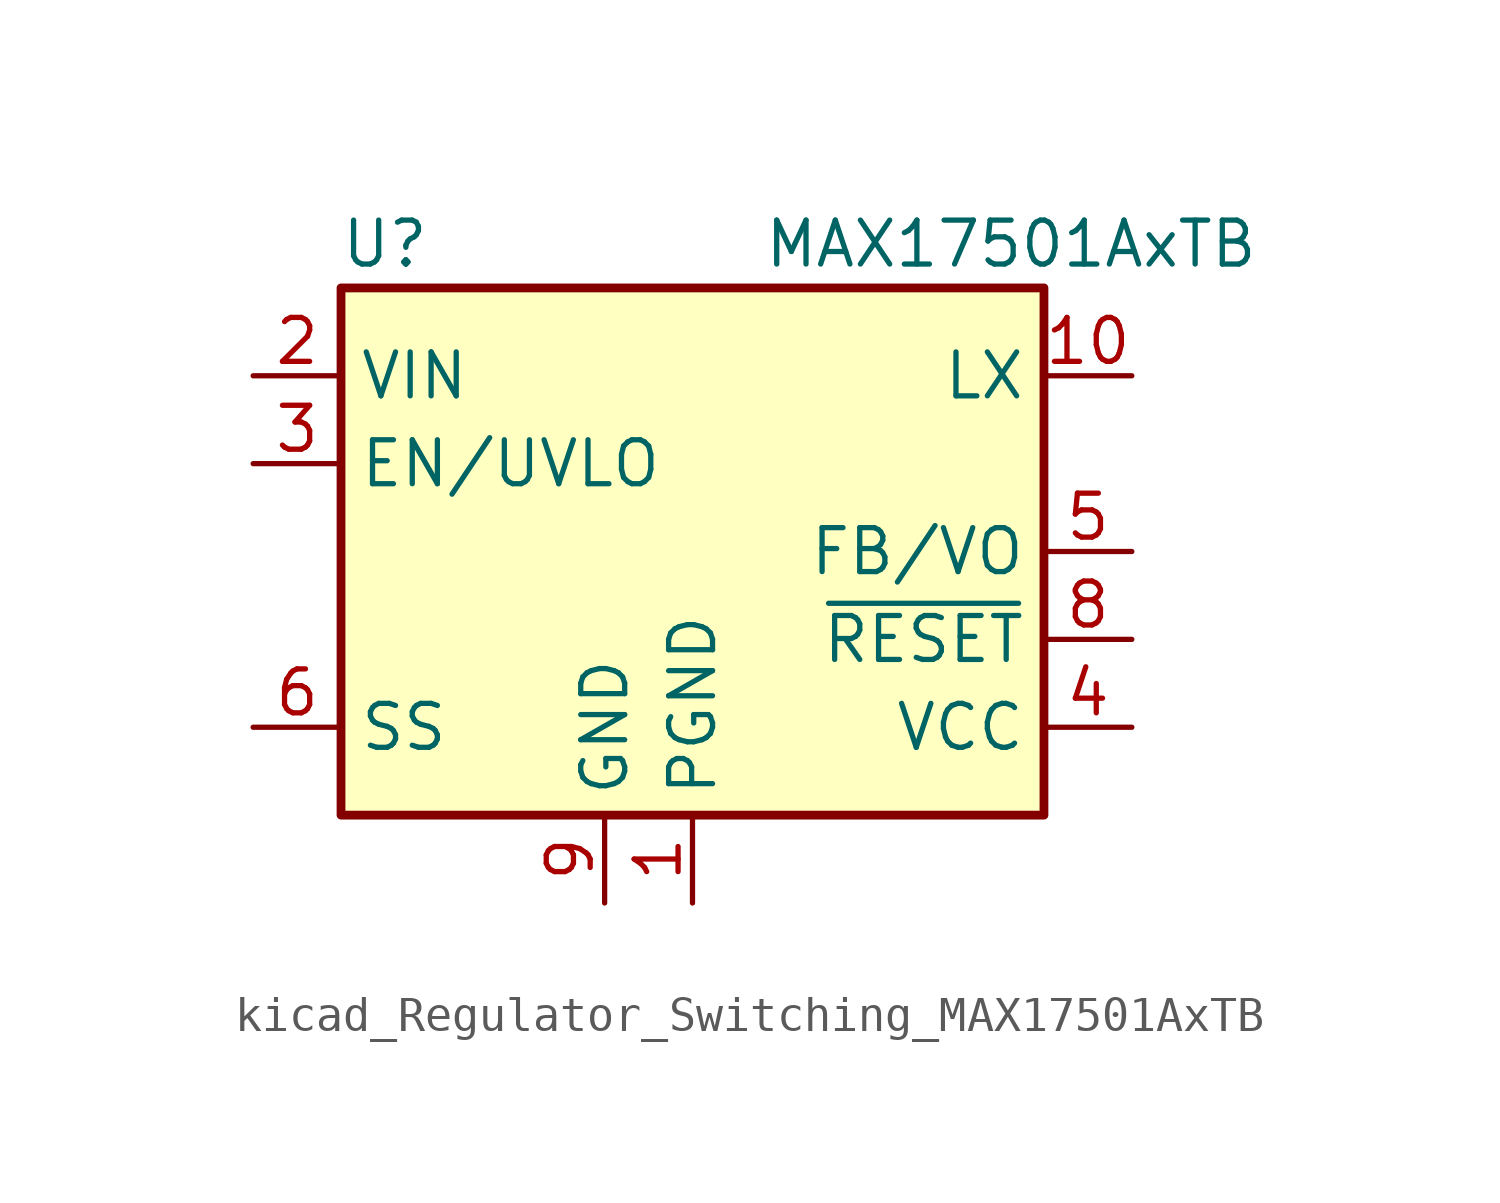
<source format=kicad_sym>
(kicad_symbol_lib
  (version 20220914)
  (generator kicad_symbol_editor)
  (symbol "kicad_Regulator_Switching_MAX17501AxTB"
    (property "Reference" "U"
      (at -8.89 8.89 0)
      (effects (font (size 1.27 1.27))))
    (property "Value" "MAX17501AxTB"
      (at 2.032 8.89 0)
      (effects (font (size 1.27 1.27)) (justify left)))
    (symbol "kicad_Regulator_Switching_MAX17501AxTB_0_1"
      (rectangle (start -10.16 7.62) (end 10.16 -7.62) (stroke (width 0.254) (type default)) (fill (type background))))
    (symbol "kicad_Regulator_Switching_MAX17501AxTB_1_1"
      (pin power_in line (at 0 -10.16 90) (length 2.54) (name "PGND" (effects (font (size 1.27 1.27)))) (number "1" (effects (font (size 1.27 1.27)))))
      (pin power_out line (at 12.7 5.08 180) (length 2.54) (name "LX" (effects (font (size 1.27 1.27)))) (number "10" (effects (font (size 1.27 1.27)))))
      (pin passive line (at -2.54 -10.16 90) (length 2.54) hide (name "GND" (effects (font (size 1.27 1.27)))) (number "11" (effects (font (size 1.27 1.27)))))
      (pin power_in line (at -12.7 5.08 0) (length 2.54) (name "VIN" (effects (font (size 1.27 1.27)))) (number "2" (effects (font (size 1.27 1.27)))))
      (pin input line (at -12.7 2.54 0) (length 2.54) (name "EN/UVLO" (effects (font (size 1.27 1.27)))) (number "3" (effects (font (size 1.27 1.27)))))
      (pin power_out line (at 12.7 -5.08 180) (length 2.54) (name "VCC" (effects (font (size 1.27 1.27)))) (number "4" (effects (font (size 1.27 1.27)))))
      (pin input line (at 12.7 0 180) (length 2.54) (name "FB/VO" (effects (font (size 1.27 1.27)))) (number "5" (effects (font (size 1.27 1.27)))))
      (pin passive line (at -12.7 -5.08 0) (length 2.54) (name "SS" (effects (font (size 1.27 1.27)))) (number "6" (effects (font (size 1.27 1.27)))))
      (pin no_connect line (at -10.16 -2.54 0) (length 2.54) hide (name "NC" (effects (font (size 1.27 1.27)))) (number "7" (effects (font (size 1.27 1.27)))))
      (pin open_collector line (at 12.7 -2.54 180) (length 2.54) (name "~{RESET}" (effects (font (size 1.27 1.27)))) (number "8" (effects (font (size 1.27 1.27)))))
      (pin power_in line (at -2.54 -10.16 90) (length 2.54) (name "GND" (effects (font (size 1.27 1.27)))) (number "9" (effects (font (size 1.27 1.27))))))))
</source>
